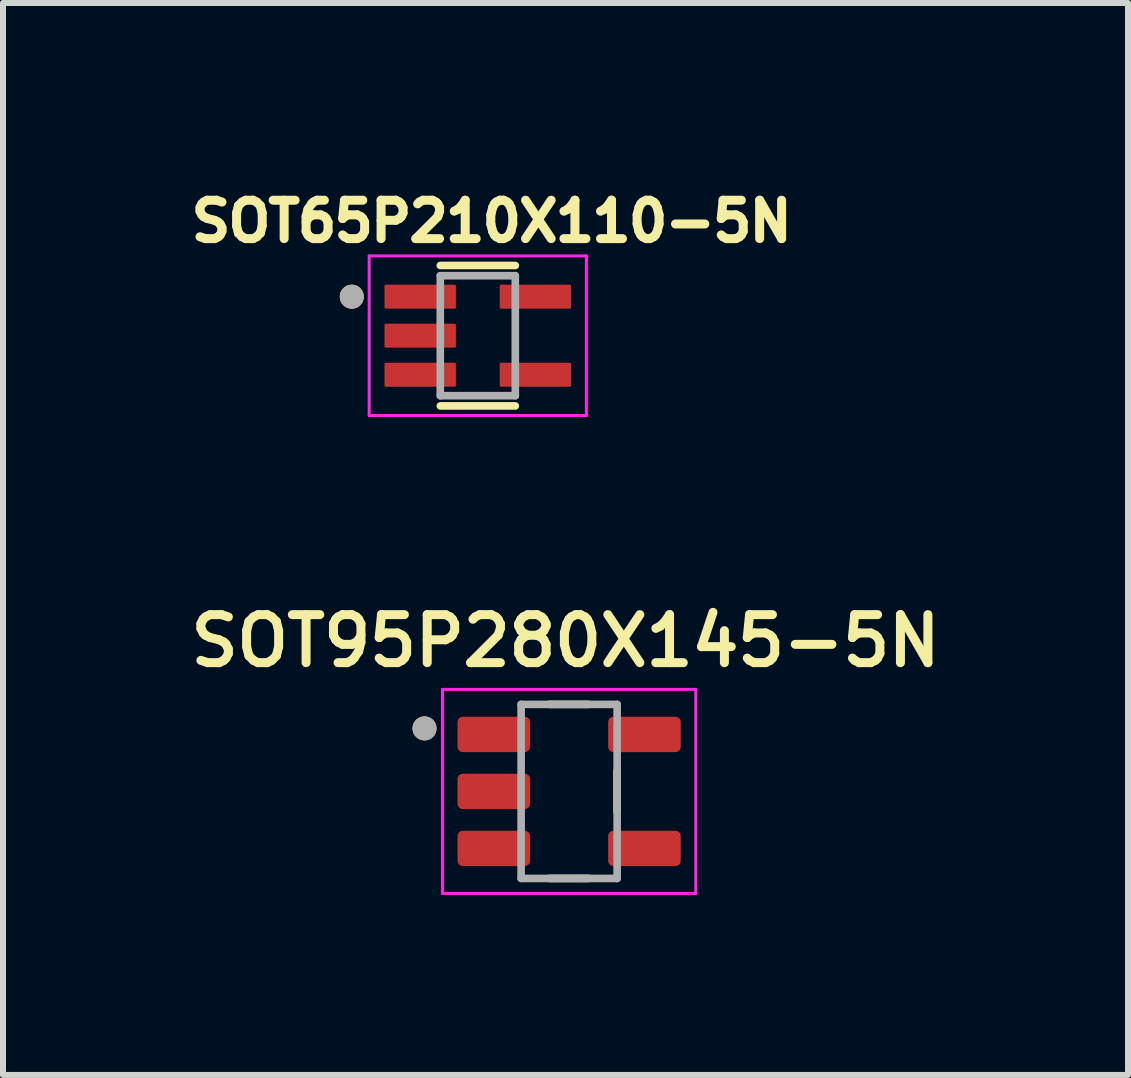
<source format=kicad_pcb>
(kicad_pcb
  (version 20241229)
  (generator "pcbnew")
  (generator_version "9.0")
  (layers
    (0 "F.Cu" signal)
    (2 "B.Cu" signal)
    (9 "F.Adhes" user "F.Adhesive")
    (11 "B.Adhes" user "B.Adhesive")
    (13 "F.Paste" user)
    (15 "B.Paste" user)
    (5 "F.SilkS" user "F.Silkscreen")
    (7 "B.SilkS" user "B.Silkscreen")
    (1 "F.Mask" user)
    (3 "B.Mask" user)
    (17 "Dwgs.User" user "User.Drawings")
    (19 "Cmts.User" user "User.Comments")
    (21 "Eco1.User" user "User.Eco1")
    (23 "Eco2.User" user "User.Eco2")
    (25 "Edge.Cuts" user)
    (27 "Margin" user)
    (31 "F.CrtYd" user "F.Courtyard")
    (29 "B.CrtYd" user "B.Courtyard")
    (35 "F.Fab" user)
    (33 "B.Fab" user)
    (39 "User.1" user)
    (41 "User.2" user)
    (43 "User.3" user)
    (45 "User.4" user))
  (footprint "SOT65P210X110-5N"
    (layer "F.Cu")
    (at 4.912 2.544)
    (property "Reference" "SOT65P210X110-5N" (at 0.232 -1.906 0) (layer "F.SilkS") (effects (font (size 0.64 0.64) (thickness 0.15))))
    (attr smd)
    (fp_line (start -0.625 -1.17) (end 0.625 -1.17) (stroke (width 0.127) (type solid)) (layer "F.SilkS"))
    (fp_line (start 0.625 1.17) (end -0.625 1.17) (stroke (width 0.127) (type solid)) (layer "F.SilkS"))
    (fp_circle (center -2.1 -0.65) (end -2 -0.65) (stroke (width 0.2) (type solid)) (fill no) (layer "F.SilkS"))
    (fp_line (start -1.81 -1.33) (end 1.81 -1.33) (stroke (width 0.05) (type solid)) (layer "F.CrtYd"))
    (fp_line (start -1.81 1.33) (end -1.81 -1.33) (stroke (width 0.05) (type solid)) (layer "F.CrtYd"))
    (fp_line (start 1.81 -1.33) (end 1.81 1.33) (stroke (width 0.05) (type solid)) (layer "F.CrtYd"))
    (fp_line (start 1.81 1.33) (end -1.81 1.33) (stroke (width 0.05) (type solid)) (layer "F.CrtYd"))
    (fp_line (start -0.625 -1) (end 0.625 -1) (stroke (width 0.127) (type solid)) (layer "F.Fab"))
    (fp_line (start -0.625 1) (end -0.625 -1) (stroke (width 0.127) (type solid)) (layer "F.Fab"))
    (fp_line (start 0.625 -1) (end 0.625 1) (stroke (width 0.127) (type solid)) (layer "F.Fab"))
    (fp_line (start 0.625 1) (end -0.625 1) (stroke (width 0.127) (type solid)) (layer "F.Fab"))
    (fp_circle (center -2.1 -0.65) (end -2 -0.65) (stroke (width 0.2) (type solid)) (fill no) (layer "F.Fab"))
    (pad "1" smd roundrect (at -0.96 -0.65) (size 1.19 0.4) (layers "F.Cu" "F.Mask" "F.Paste") (roundrect_rratio 0.05))
    (pad "2" smd roundrect (at -0.96 0) (size 1.19 0.4) (layers "F.Cu" "F.Mask" "F.Paste") (roundrect_rratio 0.05))
    (pad "3" smd roundrect (at -0.96 0.65) (size 1.19 0.4) (layers "F.Cu" "F.Mask" "F.Paste") (roundrect_rratio 0.05))
    (pad "4" smd roundrect (at 0.96 0.65) (size 1.19 0.4) (layers "F.Cu" "F.Mask" "F.Paste") (roundrect_rratio 0.05))
    (pad "5" smd roundrect (at 0.96 -0.65) (size 1.19 0.4) (layers "F.Cu" "F.Mask" "F.Paste") (roundrect_rratio 0.05)))
  (footprint "SOT95P280X145-5N"
    (layer "F.Cu")
    (at 6.434 10.138)
    (property "Reference" "SOT95P280X145-5N" (at -0.06 -2.508 0) (layer "F.SilkS") (effects (font (size 0.8 0.8) (thickness 0.15))))
    (attr smd)
    (fp_line (start -0.33 -1.45) (end 0.33 -1.45) (stroke (width 0.127) (type solid)) (layer "F.SilkS"))
    (fp_line (start 0.33 1.45) (end -0.33 1.45) (stroke (width 0.127) (type solid)) (layer "F.SilkS"))
    (fp_line (start 0.8 -0.335) (end 0.8 0.335) (stroke (width 0.127) (type solid)) (layer "F.SilkS"))
    (fp_circle (center -2.41 -1.05) (end -2.31 -1.05) (stroke (width 0.2) (type solid)) (fill no) (layer "F.SilkS"))
    (fp_line (start -2.11 -1.7) (end 2.11 -1.7) (stroke (width 0.05) (type solid)) (layer "F.CrtYd"))
    (fp_line (start -2.11 1.7) (end -2.11 -1.7) (stroke (width 0.05) (type solid)) (layer "F.CrtYd"))
    (fp_line (start 2.11 -1.7) (end 2.11 1.7) (stroke (width 0.05) (type solid)) (layer "F.CrtYd"))
    (fp_line (start 2.11 1.7) (end -2.11 1.7) (stroke (width 0.05) (type solid)) (layer "F.CrtYd"))
    (fp_line (start -0.8 -1.45) (end 0.8 -1.45) (stroke (width 0.127) (type solid)) (layer "F.Fab"))
    (fp_line (start -0.8 1.45) (end -0.8 -1.45) (stroke (width 0.127) (type solid)) (layer "F.Fab"))
    (fp_line (start 0.8 -1.45) (end 0.8 1.45) (stroke (width 0.127) (type solid)) (layer "F.Fab"))
    (fp_line (start 0.8 1.45) (end -0.8 1.45) (stroke (width 0.127) (type solid)) (layer "F.Fab"))
    (fp_circle (center -2.41 -1.05) (end -2.31 -1.05) (stroke (width 0.2) (type solid)) (fill no) (layer "F.Fab"))
    (pad "1" smd roundrect (at -1.255 -0.95) (size 1.21 0.59) (layers "F.Cu" "F.Mask" "F.Paste") (roundrect_rratio 0.15))
    (pad "2" smd roundrect (at -1.255 0) (size 1.21 0.59) (layers "F.Cu" "F.Mask" "F.Paste") (roundrect_rratio 0.15))
    (pad "3" smd roundrect (at -1.255 0.95) (size 1.21 0.59) (layers "F.Cu" "F.Mask" "F.Paste") (roundrect_rratio 0.15))
    (pad "4" smd roundrect (at 1.255 0.95) (size 1.21 0.59) (layers "F.Cu" "F.Mask" "F.Paste") (roundrect_rratio 0.15))
    (pad "5" smd roundrect (at 1.255 -0.95) (size 1.21 0.59) (layers "F.Cu" "F.Mask" "F.Paste") (roundrect_rratio 0.15)))
  (gr_rect
    (start -3 -3)
    (end 15.747 14.863)
    (stroke (width 0.1) (type default))
    (fill no)
    (layer "Edge.Cuts")))
</source>
